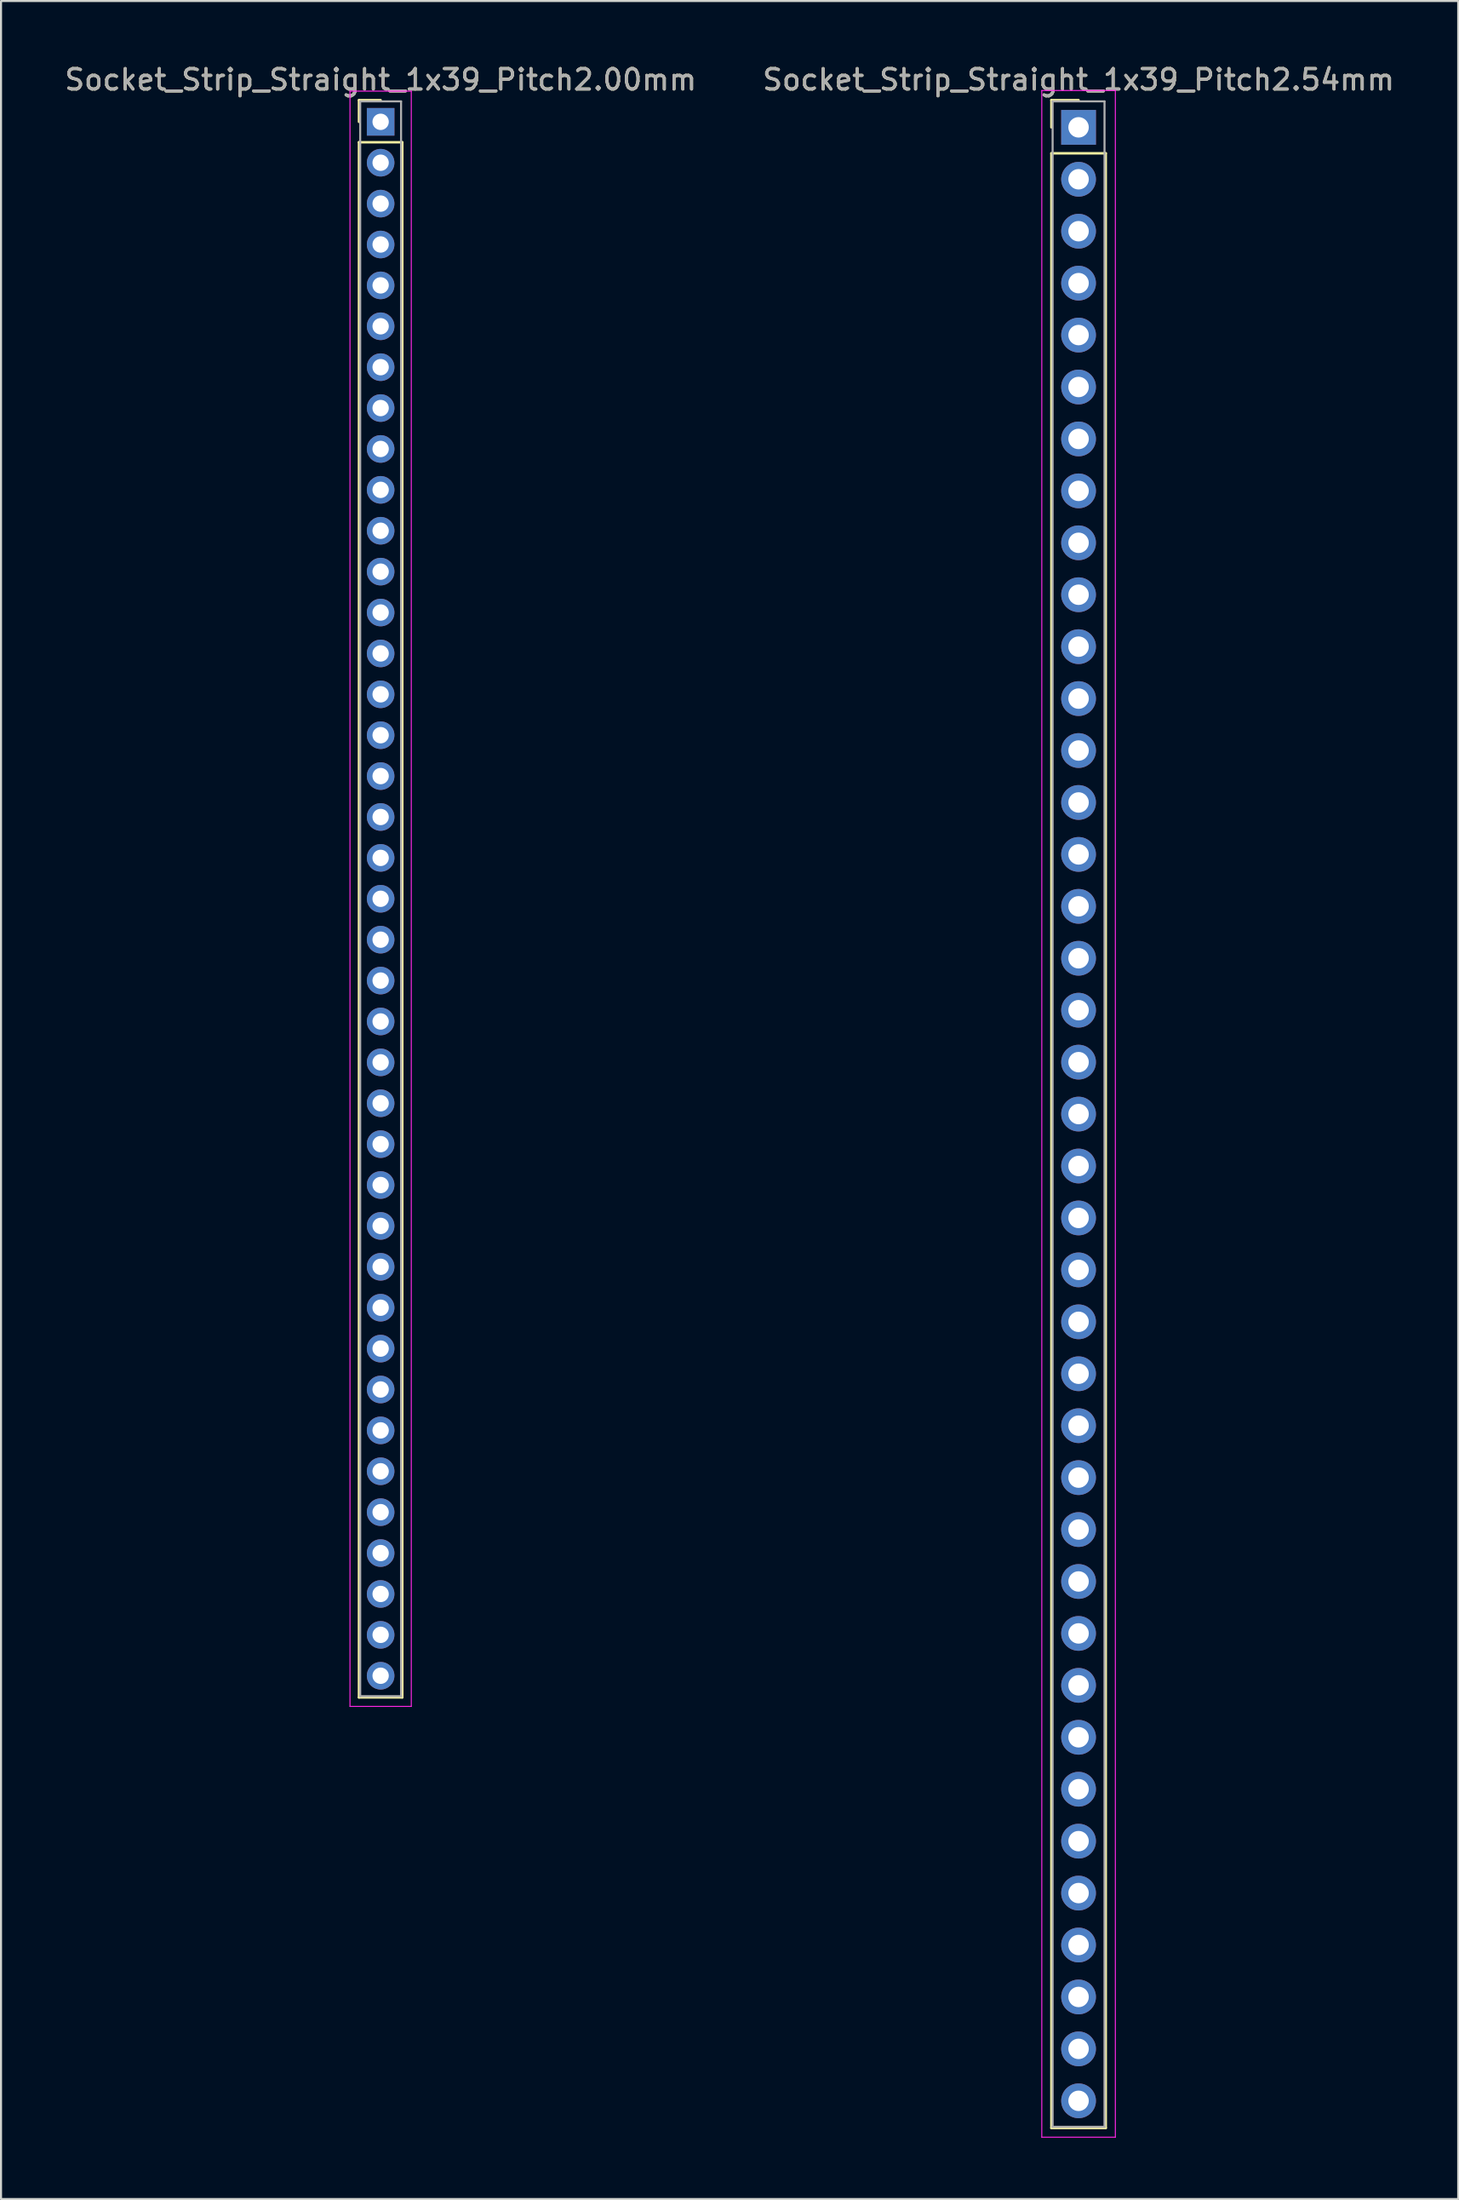
<source format=kicad_pcb>
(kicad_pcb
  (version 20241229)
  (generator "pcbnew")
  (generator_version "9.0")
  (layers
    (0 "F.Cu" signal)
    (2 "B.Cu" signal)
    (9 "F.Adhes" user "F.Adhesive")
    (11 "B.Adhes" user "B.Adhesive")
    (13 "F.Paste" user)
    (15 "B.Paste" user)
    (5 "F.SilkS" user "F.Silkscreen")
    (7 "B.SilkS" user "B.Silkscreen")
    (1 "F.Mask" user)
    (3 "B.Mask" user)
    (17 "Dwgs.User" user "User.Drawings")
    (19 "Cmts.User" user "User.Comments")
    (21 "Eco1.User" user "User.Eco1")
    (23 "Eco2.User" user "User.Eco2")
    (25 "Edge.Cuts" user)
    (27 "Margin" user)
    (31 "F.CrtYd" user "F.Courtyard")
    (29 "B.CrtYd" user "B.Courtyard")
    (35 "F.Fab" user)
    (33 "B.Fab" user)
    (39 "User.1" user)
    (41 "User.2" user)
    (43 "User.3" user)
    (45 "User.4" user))
  (footprint "Socket_Strip_Straight_1x39_Pitch2.00mm"
    (layer "F.Cu")
    (at 15.577 2.908)
    (property "Reference" "Socket_Strip_Straight_1x39_Pitch2.00mm" (at 0 -2.06 0) (layer "F.SilkS") (effects (font (size 1 1) (thickness 0.15))))
    (attr through_hole)
    (fp_line (start -1.06 -1.06) (end 0 -1.06) (stroke (width 0.12) (type solid)) (layer "F.SilkS"))
    (fp_line (start -1.06 0) (end -1.06 -1.06) (stroke (width 0.12) (type solid)) (layer "F.SilkS"))
    (fp_line (start -1.06 1) (end -1.06 77.06) (stroke (width 0.12) (type solid)) (layer "F.SilkS"))
    (fp_line (start -1.06 77.06) (end 1.06 77.06) (stroke (width 0.12) (type solid)) (layer "F.SilkS"))
    (fp_line (start 1.06 1) (end -1.06 1) (stroke (width 0.12) (type solid)) (layer "F.SilkS"))
    (fp_line (start 1.06 77.06) (end 1.06 1) (stroke (width 0.12) (type solid)) (layer "F.SilkS"))
    (fp_line (start -1.5 -1.5) (end -1.5 77.5) (stroke (width 0.05) (type solid)) (layer "F.CrtYd"))
    (fp_line (start -1.5 77.5) (end 1.5 77.5) (stroke (width 0.05) (type solid)) (layer "F.CrtYd"))
    (fp_line (start 1.5 -1.5) (end -1.5 -1.5) (stroke (width 0.05) (type solid)) (layer "F.CrtYd"))
    (fp_line (start 1.5 77.5) (end 1.5 -1.5) (stroke (width 0.05) (type solid)) (layer "F.CrtYd"))
    (fp_line (start -1 -1) (end -1 77) (stroke (width 0.1) (type solid)) (layer "F.Fab"))
    (fp_line (start -1 77) (end 1 77) (stroke (width 0.1) (type solid)) (layer "F.Fab"))
    (fp_line (start 1 -1) (end -1 -1) (stroke (width 0.1) (type solid)) (layer "F.Fab"))
    (fp_line (start 1 77) (end 1 -1) (stroke (width 0.1) (type solid)) (layer "F.Fab"))
    (fp_text user "${REFERENCE}" (at 0 -2.06 0) (layer "F.Fab") (effects (font (size 1 1) (thickness 0.15))))
    (pad "1" thru_hole rect (at 0 0) (size 1.35 1.35) (drill 0.8) (layers "*.Cu" "*.Mask"))
    (pad "2" thru_hole oval (at 0 2) (size 1.35 1.35) (drill 0.8) (layers "*.Cu" "*.Mask"))
    (pad "3" thru_hole oval (at 0 4) (size 1.35 1.35) (drill 0.8) (layers "*.Cu" "*.Mask"))
    (pad "4" thru_hole oval (at 0 6) (size 1.35 1.35) (drill 0.8) (layers "*.Cu" "*.Mask"))
    (pad "5" thru_hole oval (at 0 8) (size 1.35 1.35) (drill 0.8) (layers "*.Cu" "*.Mask"))
    (pad "6" thru_hole oval (at 0 10) (size 1.35 1.35) (drill 0.8) (layers "*.Cu" "*.Mask"))
    (pad "7" thru_hole oval (at 0 12) (size 1.35 1.35) (drill 0.8) (layers "*.Cu" "*.Mask"))
    (pad "8" thru_hole oval (at 0 14) (size 1.35 1.35) (drill 0.8) (layers "*.Cu" "*.Mask"))
    (pad "9" thru_hole oval (at 0 16) (size 1.35 1.35) (drill 0.8) (layers "*.Cu" "*.Mask"))
    (pad "10" thru_hole oval (at 0 18) (size 1.35 1.35) (drill 0.8) (layers "*.Cu" "*.Mask"))
    (pad "11" thru_hole oval (at 0 20) (size 1.35 1.35) (drill 0.8) (layers "*.Cu" "*.Mask"))
    (pad "12" thru_hole oval (at 0 22) (size 1.35 1.35) (drill 0.8) (layers "*.Cu" "*.Mask"))
    (pad "13" thru_hole oval (at 0 24) (size 1.35 1.35) (drill 0.8) (layers "*.Cu" "*.Mask"))
    (pad "14" thru_hole oval (at 0 26) (size 1.35 1.35) (drill 0.8) (layers "*.Cu" "*.Mask"))
    (pad "15" thru_hole oval (at 0 28) (size 1.35 1.35) (drill 0.8) (layers "*.Cu" "*.Mask"))
    (pad "16" thru_hole oval (at 0 30) (size 1.35 1.35) (drill 0.8) (layers "*.Cu" "*.Mask"))
    (pad "17" thru_hole oval (at 0 32) (size 1.35 1.35) (drill 0.8) (layers "*.Cu" "*.Mask"))
    (pad "18" thru_hole oval (at 0 34) (size 1.35 1.35) (drill 0.8) (layers "*.Cu" "*.Mask"))
    (pad "19" thru_hole oval (at 0 36) (size 1.35 1.35) (drill 0.8) (layers "*.Cu" "*.Mask"))
    (pad "20" thru_hole oval (at 0 38) (size 1.35 1.35) (drill 0.8) (layers "*.Cu" "*.Mask"))
    (pad "21" thru_hole oval (at 0 40) (size 1.35 1.35) (drill 0.8) (layers "*.Cu" "*.Mask"))
    (pad "22" thru_hole oval (at 0 42) (size 1.35 1.35) (drill 0.8) (layers "*.Cu" "*.Mask"))
    (pad "23" thru_hole oval (at 0 44) (size 1.35 1.35) (drill 0.8) (layers "*.Cu" "*.Mask"))
    (pad "24" thru_hole oval (at 0 46) (size 1.35 1.35) (drill 0.8) (layers "*.Cu" "*.Mask"))
    (pad "25" thru_hole oval (at 0 48) (size 1.35 1.35) (drill 0.8) (layers "*.Cu" "*.Mask"))
    (pad "26" thru_hole oval (at 0 50) (size 1.35 1.35) (drill 0.8) (layers "*.Cu" "*.Mask"))
    (pad "27" thru_hole oval (at 0 52) (size 1.35 1.35) (drill 0.8) (layers "*.Cu" "*.Mask"))
    (pad "28" thru_hole oval (at 0 54) (size 1.35 1.35) (drill 0.8) (layers "*.Cu" "*.Mask"))
    (pad "29" thru_hole oval (at 0 56) (size 1.35 1.35) (drill 0.8) (layers "*.Cu" "*.Mask"))
    (pad "30" thru_hole oval (at 0 58) (size 1.35 1.35) (drill 0.8) (layers "*.Cu" "*.Mask"))
    (pad "31" thru_hole oval (at 0 60) (size 1.35 1.35) (drill 0.8) (layers "*.Cu" "*.Mask"))
    (pad "32" thru_hole oval (at 0 62) (size 1.35 1.35) (drill 0.8) (layers "*.Cu" "*.Mask"))
    (pad "33" thru_hole oval (at 0 64) (size 1.35 1.35) (drill 0.8) (layers "*.Cu" "*.Mask"))
    (pad "34" thru_hole oval (at 0 66) (size 1.35 1.35) (drill 0.8) (layers "*.Cu" "*.Mask"))
    (pad "35" thru_hole oval (at 0 68) (size 1.35 1.35) (drill 0.8) (layers "*.Cu" "*.Mask"))
    (pad "36" thru_hole oval (at 0 70) (size 1.35 1.35) (drill 0.8) (layers "*.Cu" "*.Mask"))
    (pad "37" thru_hole oval (at 0 72) (size 1.35 1.35) (drill 0.8) (layers "*.Cu" "*.Mask"))
    (pad "38" thru_hole oval (at 0 74) (size 1.35 1.35) (drill 0.8) (layers "*.Cu" "*.Mask"))
    (pad "39" thru_hole oval (at 0 76) (size 1.35 1.35) (drill 0.8) (layers "*.Cu" "*.Mask")))
  (footprint "Socket_Strip_Straight_1x39_Pitch2.54mm"
    (layer "F.Cu")
    (at 49.732 3.178)
    (property "Reference" "Socket_Strip_Straight_1x39_Pitch2.54mm" (at 0 -2.33 0) (layer "F.SilkS") (effects (font (size 1 1) (thickness 0.15))))
    (attr through_hole)
    (fp_line (start -1.33 -1.33) (end 0 -1.33) (stroke (width 0.12) (type solid)) (layer "F.SilkS"))
    (fp_line (start -1.33 0) (end -1.33 -1.33) (stroke (width 0.12) (type solid)) (layer "F.SilkS"))
    (fp_line (start -1.33 1.27) (end -1.33 97.85) (stroke (width 0.12) (type solid)) (layer "F.SilkS"))
    (fp_line (start -1.33 97.85) (end 1.33 97.85) (stroke (width 0.12) (type solid)) (layer "F.SilkS"))
    (fp_line (start 1.33 1.27) (end -1.33 1.27) (stroke (width 0.12) (type solid)) (layer "F.SilkS"))
    (fp_line (start 1.33 97.85) (end 1.33 1.27) (stroke (width 0.12) (type solid)) (layer "F.SilkS"))
    (fp_line (start -1.8 -1.8) (end -1.8 98.3) (stroke (width 0.05) (type solid)) (layer "F.CrtYd"))
    (fp_line (start -1.8 98.3) (end 1.8 98.3) (stroke (width 0.05) (type solid)) (layer "F.CrtYd"))
    (fp_line (start 1.8 -1.8) (end -1.8 -1.8) (stroke (width 0.05) (type solid)) (layer "F.CrtYd"))
    (fp_line (start 1.8 98.3) (end 1.8 -1.8) (stroke (width 0.05) (type solid)) (layer "F.CrtYd"))
    (fp_line (start -1.27 -1.27) (end -1.27 97.79) (stroke (width 0.1) (type solid)) (layer "F.Fab"))
    (fp_line (start -1.27 97.79) (end 1.27 97.79) (stroke (width 0.1) (type solid)) (layer "F.Fab"))
    (fp_line (start 1.27 -1.27) (end -1.27 -1.27) (stroke (width 0.1) (type solid)) (layer "F.Fab"))
    (fp_line (start 1.27 97.79) (end 1.27 -1.27) (stroke (width 0.1) (type solid)) (layer "F.Fab"))
    (fp_text user "${REFERENCE}" (at 0 -2.33 0) (layer "F.Fab") (effects (font (size 1 1) (thickness 0.15))))
    (pad "1" thru_hole rect (at 0 0) (size 1.7 1.7) (drill 1) (layers "*.Cu" "*.Mask"))
    (pad "2" thru_hole oval (at 0 2.54) (size 1.7 1.7) (drill 1) (layers "*.Cu" "*.Mask"))
    (pad "3" thru_hole oval (at 0 5.08) (size 1.7 1.7) (drill 1) (layers "*.Cu" "*.Mask"))
    (pad "4" thru_hole oval (at 0 7.62) (size 1.7 1.7) (drill 1) (layers "*.Cu" "*.Mask"))
    (pad "5" thru_hole oval (at 0 10.16) (size 1.7 1.7) (drill 1) (layers "*.Cu" "*.Mask"))
    (pad "6" thru_hole oval (at 0 12.7) (size 1.7 1.7) (drill 1) (layers "*.Cu" "*.Mask"))
    (pad "7" thru_hole oval (at 0 15.24) (size 1.7 1.7) (drill 1) (layers "*.Cu" "*.Mask"))
    (pad "8" thru_hole oval (at 0 17.78) (size 1.7 1.7) (drill 1) (layers "*.Cu" "*.Mask"))
    (pad "9" thru_hole oval (at 0 20.32) (size 1.7 1.7) (drill 1) (layers "*.Cu" "*.Mask"))
    (pad "10" thru_hole oval (at 0 22.86) (size 1.7 1.7) (drill 1) (layers "*.Cu" "*.Mask"))
    (pad "11" thru_hole oval (at 0 25.4) (size 1.7 1.7) (drill 1) (layers "*.Cu" "*.Mask"))
    (pad "12" thru_hole oval (at 0 27.94) (size 1.7 1.7) (drill 1) (layers "*.Cu" "*.Mask"))
    (pad "13" thru_hole oval (at 0 30.48) (size 1.7 1.7) (drill 1) (layers "*.Cu" "*.Mask"))
    (pad "14" thru_hole oval (at 0 33.02) (size 1.7 1.7) (drill 1) (layers "*.Cu" "*.Mask"))
    (pad "15" thru_hole oval (at 0 35.56) (size 1.7 1.7) (drill 1) (layers "*.Cu" "*.Mask"))
    (pad "16" thru_hole oval (at 0 38.1) (size 1.7 1.7) (drill 1) (layers "*.Cu" "*.Mask"))
    (pad "17" thru_hole oval (at 0 40.64) (size 1.7 1.7) (drill 1) (layers "*.Cu" "*.Mask"))
    (pad "18" thru_hole oval (at 0 43.18) (size 1.7 1.7) (drill 1) (layers "*.Cu" "*.Mask"))
    (pad "19" thru_hole oval (at 0 45.72) (size 1.7 1.7) (drill 1) (layers "*.Cu" "*.Mask"))
    (pad "20" thru_hole oval (at 0 48.26) (size 1.7 1.7) (drill 1) (layers "*.Cu" "*.Mask"))
    (pad "21" thru_hole oval (at 0 50.8) (size 1.7 1.7) (drill 1) (layers "*.Cu" "*.Mask"))
    (pad "22" thru_hole oval (at 0 53.34) (size 1.7 1.7) (drill 1) (layers "*.Cu" "*.Mask"))
    (pad "23" thru_hole oval (at 0 55.88) (size 1.7 1.7) (drill 1) (layers "*.Cu" "*.Mask"))
    (pad "24" thru_hole oval (at 0 58.42) (size 1.7 1.7) (drill 1) (layers "*.Cu" "*.Mask"))
    (pad "25" thru_hole oval (at 0 60.96) (size 1.7 1.7) (drill 1) (layers "*.Cu" "*.Mask"))
    (pad "26" thru_hole oval (at 0 63.5) (size 1.7 1.7) (drill 1) (layers "*.Cu" "*.Mask"))
    (pad "27" thru_hole oval (at 0 66.04) (size 1.7 1.7) (drill 1) (layers "*.Cu" "*.Mask"))
    (pad "28" thru_hole oval (at 0 68.58) (size 1.7 1.7) (drill 1) (layers "*.Cu" "*.Mask"))
    (pad "29" thru_hole oval (at 0 71.12) (size 1.7 1.7) (drill 1) (layers "*.Cu" "*.Mask"))
    (pad "30" thru_hole oval (at 0 73.66) (size 1.7 1.7) (drill 1) (layers "*.Cu" "*.Mask"))
    (pad "31" thru_hole oval (at 0 76.2) (size 1.7 1.7) (drill 1) (layers "*.Cu" "*.Mask"))
    (pad "32" thru_hole oval (at 0 78.74) (size 1.7 1.7) (drill 1) (layers "*.Cu" "*.Mask"))
    (pad "33" thru_hole oval (at 0 81.28) (size 1.7 1.7) (drill 1) (layers "*.Cu" "*.Mask"))
    (pad "34" thru_hole oval (at 0 83.82) (size 1.7 1.7) (drill 1) (layers "*.Cu" "*.Mask"))
    (pad "35" thru_hole oval (at 0 86.36) (size 1.7 1.7) (drill 1) (layers "*.Cu" "*.Mask"))
    (pad "36" thru_hole oval (at 0 88.9) (size 1.7 1.7) (drill 1) (layers "*.Cu" "*.Mask"))
    (pad "37" thru_hole oval (at 0 91.44) (size 1.7 1.7) (drill 1) (layers "*.Cu" "*.Mask"))
    (pad "38" thru_hole oval (at 0 93.98) (size 1.7 1.7) (drill 1) (layers "*.Cu" "*.Mask"))
    (pad "39" thru_hole oval (at 0 96.52) (size 1.7 1.7) (drill 1) (layers "*.Cu" "*.Mask")))
  (gr_rect
    (start -3 -3)
    (end 68.31 104.503)
    (stroke (width 0.1) (type default))
    (fill no)
    (layer "Edge.Cuts")))
</source>
